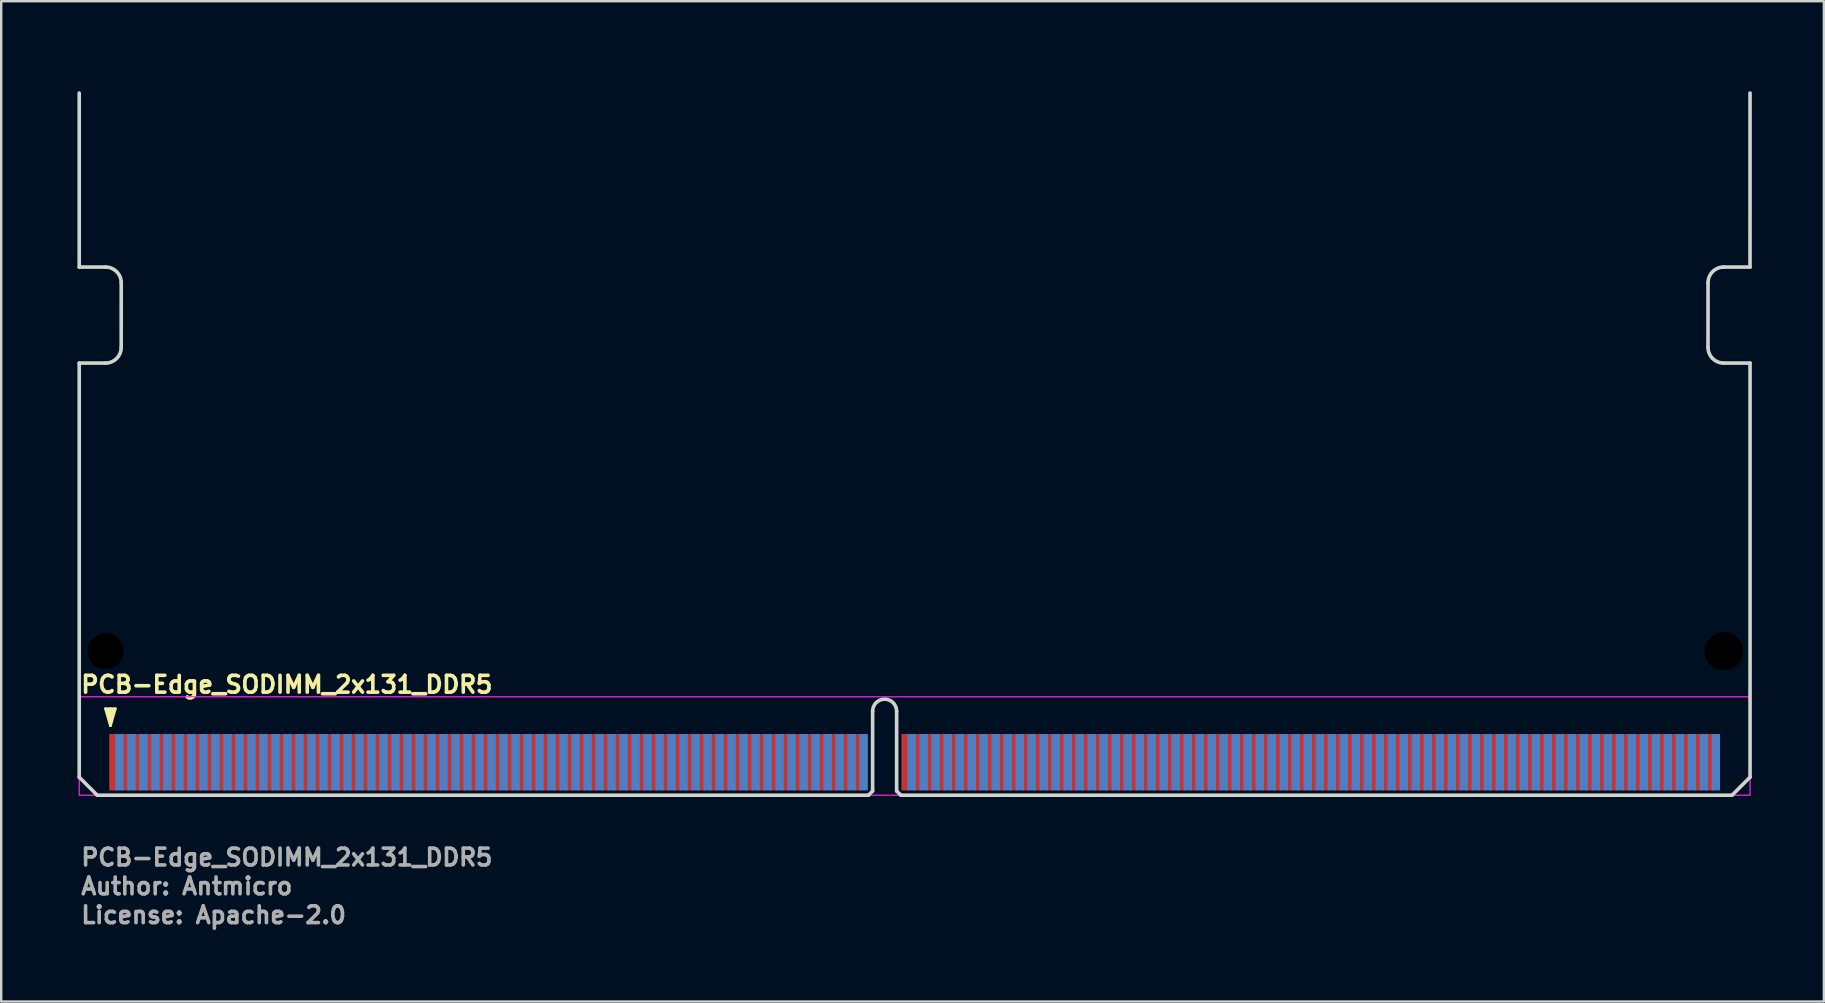
<source format=kicad_pcb>
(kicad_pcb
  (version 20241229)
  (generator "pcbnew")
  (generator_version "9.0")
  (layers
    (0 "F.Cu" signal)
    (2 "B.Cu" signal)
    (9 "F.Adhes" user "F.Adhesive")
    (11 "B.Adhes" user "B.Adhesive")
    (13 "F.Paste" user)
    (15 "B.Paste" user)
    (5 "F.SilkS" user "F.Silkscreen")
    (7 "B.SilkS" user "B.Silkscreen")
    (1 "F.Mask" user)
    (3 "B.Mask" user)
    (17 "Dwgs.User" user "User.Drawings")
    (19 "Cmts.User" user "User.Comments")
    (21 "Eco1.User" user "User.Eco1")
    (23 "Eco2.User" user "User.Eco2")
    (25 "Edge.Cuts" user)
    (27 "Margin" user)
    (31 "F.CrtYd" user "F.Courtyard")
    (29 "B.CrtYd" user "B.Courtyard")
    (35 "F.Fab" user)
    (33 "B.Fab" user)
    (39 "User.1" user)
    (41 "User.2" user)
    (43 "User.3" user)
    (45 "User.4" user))
  (footprint "PCB-Edge_SODIMM_2x131_DDR5"
    (layer "F.Cu")
    (at 0.25 30.075)
    (property "Reference" "PCB-Edge_SODIMM_2x131_DDR5" (at 0 -4.2 0) (layer "F.SilkS") (effects (font (size 0.7 0.7) (thickness 0.15)) (justify left bottom)))
    (attr exclude_from_pos_files exclude_from_bom)
    (fp_line (start 1.1 -3.6) (end 1.3 -2.9) (stroke (width 0.12) (type solid)) (layer "F.SilkS"))
    (fp_line (start 1.3 -3.6) (end 1.3 -3.1) (stroke (width 0.12) (type solid)) (layer "F.SilkS"))
    (fp_line (start 1.3 -3.1) (end 1.2 -3.5) (stroke (width 0.12) (type solid)) (layer "F.SilkS"))
    (fp_line (start 1.3 -3.1) (end 1.4 -3.5) (stroke (width 0.12) (type solid)) (layer "F.SilkS"))
    (fp_line (start 1.3 -2.9) (end 1.5 -3.6) (stroke (width 0.12) (type solid)) (layer "F.SilkS"))
    (fp_line (start 1.5 -3.6) (end 1.1 -3.6) (stroke (width 0.12) (type solid)) (layer "F.SilkS"))
    (fp_line (start 0 -29.25) (end 0 -22) (stroke (width 0.15) (type solid)) (layer "Edge.Cuts"))
    (fp_line (start 0 -0.75) (end 0 -18) (stroke (width 0.15) (type solid)) (layer "Edge.Cuts"))
    (fp_line (start 0 -0.75) (end 0.75 0) (stroke (width 0.15) (type solid)) (layer "Edge.Cuts"))
    (fp_line (start 0.75 0) (end 32.875 0) (stroke (width 0.15) (type solid)) (layer "Edge.Cuts"))
    (fp_line (start 1.1 -22) (end 0 -22) (stroke (width 0.15) (type solid)) (layer "Edge.Cuts"))
    (fp_line (start 1.1 -18) (end 0 -18) (stroke (width 0.15) (type solid)) (layer "Edge.Cuts"))
    (fp_line (start 1.75 -21.351) (end 1.749 -18.65) (stroke (width 0.15) (type solid)) (layer "Edge.Cuts"))
    (fp_line (start 33.05 -0.175) (end 32.875 0) (stroke (width 0.15) (type solid)) (layer "Edge.Cuts"))
    (fp_line (start 33.05 -0.175) (end 33.05 -3.5) (stroke (width 0.15) (type solid)) (layer "Edge.Cuts"))
    (fp_line (start 34.05 -0.175) (end 34.05 -3.5) (stroke (width 0.15) (type solid)) (layer "Edge.Cuts"))
    (fp_line (start 34.05 -0.175) (end 34.225 0) (stroke (width 0.15) (type solid)) (layer "Edge.Cuts"))
    (fp_line (start 34.225 0) (end 68.85 0) (stroke (width 0.15) (type solid)) (layer "Edge.Cuts"))
    (fp_line (start 67.849 -18.65) (end 67.85 -21.35) (stroke (width 0.15) (type solid)) (layer "Edge.Cuts"))
    (fp_line (start 68.499 -18.001) (end 69.6 -18) (stroke (width 0.15) (type solid)) (layer "Edge.Cuts"))
    (fp_line (start 69.599 -22) (end 69.6 -29.25) (stroke (width 0.15) (type solid)) (layer "Edge.Cuts"))
    (fp_line (start 69.6 -21.999) (end 68.499 -22) (stroke (width 0.15) (type solid)) (layer "Edge.Cuts"))
    (fp_line (start 69.6 -0.75) (end 68.85 0) (stroke (width 0.15) (type solid)) (layer "Edge.Cuts"))
    (fp_line (start 69.6 -0.75) (end 69.6 -18) (stroke (width 0.15) (type solid)) (layer "Edge.Cuts"))
    (fp_arc (start 1.099854 -22.000147) (mid 1.559 -21.81) (end 1.749854 -21.351147) (stroke (width 0.15) (type solid)) (layer "Edge.Cuts"))
    (fp_arc (start 1.749 -18.65) (mid 1.558853 -18.190854) (end 1.1 -18) (stroke (width 0.15) (type solid)) (layer "Edge.Cuts"))
    (fp_arc (start 33.05 -3.5) (mid 33.55 -4) (end 34.05 -3.5) (stroke (width 0.15) (type solid)) (layer "Edge.Cuts"))
    (fp_arc (start 67.85 -21.35) (mid 68.040147 -21.809146) (end 68.499 -22) (stroke (width 0.15) (type solid)) (layer "Edge.Cuts"))
    (fp_arc (start 68.499 -18.001) (mid 68.039854 -18.191147) (end 67.849 -18.65) (stroke (width 0.15) (type solid)) (layer "Edge.Cuts"))
    (fp_rect (start 0 -4.1) (end 69.6 0) (stroke (width 0.05) (type solid)) (fill no) (layer "F.CrtYd"))
    (fp_rect (start 0 -30) (end 69.599 0) (stroke (width 0.15) (type solid)) (fill no) (layer "User.5"))
    (fp_line (start 0 -22) (end 0 -29.25) (stroke (width 0.15) (type solid)) (layer "User.9"))
    (fp_line (start 0 -18) (end 1.1 -18) (stroke (width 0.15) (type solid)) (layer "User.9"))
    (fp_line (start 0 -0.75) (end 0 -18) (stroke (width 0.15) (type solid)) (layer "User.9"))
    (fp_line (start 0 -0.75) (end 0.749 0) (stroke (width 0.15) (type solid)) (layer "User.9"))
    (fp_line (start 0.749 -30) (end 35.299 -30) (stroke (width 0.15) (type solid)) (layer "User.9"))
    (fp_line (start 0.749 0) (end 32.875 0) (stroke (width 0.15) (type solid)) (layer "User.9"))
    (fp_line (start 1.1 -22) (end 0 -22) (stroke (width 0.15) (type solid)) (layer "User.9"))
    (fp_line (start 1.749 -18.65) (end 1.749 -21.351) (stroke (width 0.15) (type solid)) (layer "User.9"))
    (fp_line (start 33.049 -0.175) (end 32.875 0) (stroke (width 0.15) (type solid)) (layer "User.9"))
    (fp_line (start 33.049 -0.175) (end 33.049 -3.5) (stroke (width 0.15) (type solid)) (layer "User.9"))
    (fp_line (start 34.049 -0.175) (end 34.049 -3.5) (stroke (width 0.15) (type solid)) (layer "User.9"))
    (fp_line (start 34.05 -0.175) (end 34.225 -0.001) (stroke (width 0.15) (type solid)) (layer "User.9"))
    (fp_line (start 34.225 0) (end 68.849 0) (stroke (width 0.15) (type solid)) (layer "User.9"))
    (fp_line (start 35.299 -30) (end 68.851 -30) (stroke (width 0.15) (type solid)) (layer "User.9"))
    (fp_line (start 67.849 -18.65) (end 67.849 -21.351) (stroke (width 0.15) (type solid)) (layer "User.9"))
    (fp_line (start 68.499 -18) (end 69.599 -18) (stroke (width 0.15) (type solid)) (layer "User.9"))
    (fp_line (start 69.599 -22) (end 68.499 -22) (stroke (width 0.15) (type solid)) (layer "User.9"))
    (fp_line (start 69.599 -22) (end 69.6 -29.25) (stroke (width 0.15) (type solid)) (layer "User.9"))
    (fp_line (start 69.599 -0.75) (end 68.849 0) (stroke (width 0.15) (type solid)) (layer "User.9"))
    (fp_line (start 69.599 -0.75) (end 69.599 -18) (stroke (width 0.15) (type solid)) (layer "User.9"))
    (fp_arc (start 0 -29.25) (mid 0.219 -29.781) (end 0.749 -30) (stroke (width 0.15) (type solid)) (layer "User.9"))
    (fp_arc (start 1.1 -22) (mid 1.559 -21.81) (end 1.749 -21.351) (stroke (width 0.15) (type solid)) (layer "User.9"))
    (fp_arc (start 1.749 -18.65) (mid 1.559 -18.191) (end 1.1 -18) (stroke (width 0.15) (type solid)) (layer "User.9"))
    (fp_arc (start 33.049 -3.5) (mid 33.549 -4) (end 34.049 -3.5) (stroke (width 0.15) (type solid)) (layer "User.9"))
    (fp_arc (start 67.849 -21.351) (mid 68.04 -21.81) (end 68.499 -22) (stroke (width 0.15) (type solid)) (layer "User.9"))
    (fp_arc (start 68.499 -18) (mid 68.04 -18.191) (end 67.849 -18.65) (stroke (width 0.15) (type solid)) (layer "User.9"))
    (fp_arc (start 68.851 -30) (mid 69.38 -29.78) (end 69.6 -29.25) (stroke (width 0.15) (type solid)) (layer "User.9"))
    (fp_text user "License: Apache-2.0" (at 0 5.4 0) (layer "F.Fab") (effects (font (size 0.7 0.7) (thickness 0.15)) (justify left bottom)))
    (fp_text user "${REFERENCE}" (at 0 2.999 0) (layer "F.Fab") (effects (font (size 0.7 0.7) (thickness 0.15)) (justify left bottom)))
    (fp_text user "Author: Antmicro" (at 0 4.2 0) (layer "F.Fab") (effects (font (size 0.7 0.7) (thickness 0.15)) (justify left bottom)))
    (pad "" np_thru_hole circle (at 1.1 -6) (size 1.5 1.5) (drill 1.5) (layers "*.Mask"))
    (pad "" np_thru_hole circle (at 68.51 -6) (size 1.6 1.6) (drill 1.6) (layers "*.Mask"))
    (pad "1" smd rect (at 1.425 -1.375) (size 0.35 2.35) (layers "F.Cu" "F.Mask"))
    (pad "2" smd rect (at 1.675 -1.375 180) (size 0.35 2.35) (layers "B.Cu" "B.Mask"))
    (pad "3" smd rect (at 1.925 -1.375) (size 0.35 2.35) (layers "F.Cu" "F.Mask"))
    (pad "4" smd rect (at 2.175 -1.375 180) (size 0.35 2.35) (layers "B.Cu" "B.Mask"))
    (pad "5" smd rect (at 2.425 -1.375) (size 0.35 2.35) (layers "F.Cu" "F.Mask"))
    (pad "6" smd rect (at 2.675 -1.375 180) (size 0.35 2.35) (layers "B.Cu" "B.Mask"))
    (pad "7" smd rect (at 2.925 -1.375) (size 0.35 2.35) (layers "F.Cu" "F.Mask"))
    (pad "8" smd rect (at 3.175 -1.375 180) (size 0.35 2.35) (layers "B.Cu" "B.Mask"))
    (pad "9" smd rect (at 3.425 -1.375) (size 0.35 2.35) (layers "F.Cu" "F.Mask"))
    (pad "10" smd rect (at 3.675 -1.375 180) (size 0.35 2.35) (layers "B.Cu" "B.Mask"))
    (pad "11" smd rect (at 3.925 -1.375) (size 0.35 2.35) (layers "F.Cu" "F.Mask"))
    (pad "12" smd rect (at 4.175 -1.375 180) (size 0.35 2.35) (layers "B.Cu" "B.Mask"))
    (pad "13" smd rect (at 4.425 -1.375) (size 0.35 2.35) (layers "F.Cu" "F.Mask"))
    (pad "14" smd rect (at 4.675 -1.375 180) (size 0.35 2.35) (layers "B.Cu" "B.Mask"))
    (pad "15" smd rect (at 4.925 -1.375) (size 0.35 2.35) (layers "F.Cu" "F.Mask"))
    (pad "16" smd rect (at 5.175 -1.375 180) (size 0.35 2.35) (layers "B.Cu" "B.Mask"))
    (pad "17" smd rect (at 5.425 -1.375) (size 0.35 2.35) (layers "F.Cu" "F.Mask"))
    (pad "18" smd rect (at 5.675 -1.375 180) (size 0.35 2.35) (layers "B.Cu" "B.Mask"))
    (pad "19" smd rect (at 5.925 -1.375) (size 0.35 2.35) (layers "F.Cu" "F.Mask"))
    (pad "20" smd rect (at 6.175 -1.375 180) (size 0.35 2.35) (layers "B.Cu" "B.Mask"))
    (pad "21" smd rect (at 6.425 -1.375) (size 0.35 2.35) (layers "F.Cu" "F.Mask"))
    (pad "22" smd rect (at 6.675 -1.375 180) (size 0.35 2.35) (layers "B.Cu" "B.Mask"))
    (pad "23" smd rect (at 6.925 -1.375) (size 0.35 2.35) (layers "F.Cu" "F.Mask"))
    (pad "24" smd rect (at 7.175 -1.375 180) (size 0.35 2.35) (layers "B.Cu" "B.Mask"))
    (pad "25" smd rect (at 7.425 -1.375) (size 0.35 2.35) (layers "F.Cu" "F.Mask"))
    (pad "26" smd rect (at 7.675 -1.375 180) (size 0.35 2.35) (layers "B.Cu" "B.Mask"))
    (pad "27" smd rect (at 7.925 -1.375) (size 0.35 2.35) (layers "F.Cu" "F.Mask"))
    (pad "28" smd rect (at 8.175 -1.375 180) (size 0.35 2.35) (layers "B.Cu" "B.Mask"))
    (pad "29" smd rect (at 8.425 -1.375) (size 0.35 2.35) (layers "F.Cu" "F.Mask"))
    (pad "30" smd rect (at 8.675 -1.375 180) (size 0.35 2.35) (layers "B.Cu" "B.Mask"))
    (pad "31" smd rect (at 8.925 -1.375) (size 0.35 2.35) (layers "F.Cu" "F.Mask"))
    (pad "32" smd rect (at 9.175 -1.375 180) (size 0.35 2.35) (layers "B.Cu" "B.Mask"))
    (pad "33" smd rect (at 9.425 -1.375) (size 0.35 2.35) (layers "F.Cu" "F.Mask"))
    (pad "34" smd rect (at 9.675 -1.375 180) (size 0.35 2.35) (layers "B.Cu" "B.Mask"))
    (pad "35" smd rect (at 9.925 -1.375) (size 0.35 2.35) (layers "F.Cu" "F.Mask"))
    (pad "36" smd rect (at 10.175 -1.375 180) (size 0.35 2.35) (layers "B.Cu" "B.Mask"))
    (pad "37" smd rect (at 10.425 -1.375) (size 0.35 2.35) (layers "F.Cu" "F.Mask"))
    (pad "38" smd rect (at 10.675 -1.375 180) (size 0.35 2.35) (layers "B.Cu" "B.Mask"))
    (pad "39" smd rect (at 10.925 -1.375) (size 0.35 2.35) (layers "F.Cu" "F.Mask"))
    (pad "40" smd rect (at 11.175 -1.375 180) (size 0.35 2.35) (layers "B.Cu" "B.Mask"))
    (pad "41" smd rect (at 11.425 -1.375) (size 0.35 2.35) (layers "F.Cu" "F.Mask"))
    (pad "42" smd rect (at 11.675 -1.375 180) (size 0.35 2.35) (layers "B.Cu" "B.Mask"))
    (pad "43" smd rect (at 11.925 -1.375) (size 0.35 2.35) (layers "F.Cu" "F.Mask"))
    (pad "44" smd rect (at 12.175 -1.375 180) (size 0.35 2.35) (layers "B.Cu" "B.Mask"))
    (pad "45" smd rect (at 12.425 -1.375) (size 0.35 2.35) (layers "F.Cu" "F.Mask"))
    (pad "46" smd rect (at 12.675 -1.375 180) (size 0.35 2.35) (layers "B.Cu" "B.Mask"))
    (pad "47" smd rect (at 12.925 -1.375) (size 0.35 2.35) (layers "F.Cu" "F.Mask"))
    (pad "48" smd rect (at 13.175 -1.375 180) (size 0.35 2.35) (layers "B.Cu" "B.Mask"))
    (pad "49" smd rect (at 13.425 -1.375) (size 0.35 2.35) (layers "F.Cu" "F.Mask"))
    (pad "50" smd rect (at 13.675 -1.375 180) (size 0.35 2.35) (layers "B.Cu" "B.Mask"))
    (pad "51" smd rect (at 13.925 -1.375) (size 0.35 2.35) (layers "F.Cu" "F.Mask"))
    (pad "52" smd rect (at 14.175 -1.375 180) (size 0.35 2.35) (layers "B.Cu" "B.Mask"))
    (pad "53" smd rect (at 14.425 -1.375) (size 0.35 2.35) (layers "F.Cu" "F.Mask"))
    (pad "54" smd rect (at 14.675 -1.375 180) (size 0.35 2.35) (layers "B.Cu" "B.Mask"))
    (pad "55" smd rect (at 14.925 -1.375) (size 0.35 2.35) (layers "F.Cu" "F.Mask"))
    (pad "56" smd rect (at 15.175 -1.375 180) (size 0.35 2.35) (layers "B.Cu" "B.Mask"))
    (pad "57" smd rect (at 15.425 -1.375) (size 0.35 2.35) (layers "F.Cu" "F.Mask"))
    (pad "58" smd rect (at 15.675 -1.375 180) (size 0.35 2.35) (layers "B.Cu" "B.Mask"))
    (pad "59" smd rect (at 15.925 -1.375) (size 0.35 2.35) (layers "F.Cu" "F.Mask"))
    (pad "60" smd rect (at 16.175 -1.375 180) (size 0.35 2.35) (layers "B.Cu" "B.Mask"))
    (pad "61" smd rect (at 16.425 -1.375) (size 0.35 2.35) (layers "F.Cu" "F.Mask"))
    (pad "62" smd rect (at 16.675 -1.375 180) (size 0.35 2.35) (layers "B.Cu" "B.Mask"))
    (pad "63" smd rect (at 16.925 -1.375) (size 0.35 2.35) (layers "F.Cu" "F.Mask"))
    (pad "64" smd rect (at 17.175 -1.375 180) (size 0.35 2.35) (layers "B.Cu" "B.Mask"))
    (pad "65" smd rect (at 17.425 -1.375) (size 0.35 2.35) (layers "F.Cu" "F.Mask"))
    (pad "66" smd rect (at 17.675 -1.375 180) (size 0.35 2.35) (layers "B.Cu" "B.Mask"))
    (pad "67" smd rect (at 17.925 -1.375) (size 0.35 2.35) (layers "F.Cu" "F.Mask"))
    (pad "68" smd rect (at 18.175 -1.375 180) (size 0.35 2.35) (layers "B.Cu" "B.Mask"))
    (pad "69" smd rect (at 18.425 -1.375) (size 0.35 2.35) (layers "F.Cu" "F.Mask"))
    (pad "70" smd rect (at 18.675 -1.375 180) (size 0.35 2.35) (layers "B.Cu" "B.Mask"))
    (pad "71" smd rect (at 18.925 -1.375) (size 0.35 2.35) (layers "F.Cu" "F.Mask"))
    (pad "72" smd rect (at 19.175 -1.375 180) (size 0.35 2.35) (layers "B.Cu" "B.Mask"))
    (pad "73" smd rect (at 19.425 -1.375) (size 0.35 2.35) (layers "F.Cu" "F.Mask"))
    (pad "74" smd rect (at 19.675 -1.375 180) (size 0.35 2.35) (layers "B.Cu" "B.Mask"))
    (pad "75" smd rect (at 19.925 -1.375) (size 0.35 2.35) (layers "F.Cu" "F.Mask"))
    (pad "76" smd rect (at 20.175 -1.375 180) (size 0.35 2.35) (layers "B.Cu" "B.Mask"))
    (pad "77" smd rect (at 20.425 -1.375) (size 0.35 2.35) (layers "F.Cu" "F.Mask"))
    (pad "78" smd rect (at 20.675 -1.375 180) (size 0.35 2.35) (layers "B.Cu" "B.Mask"))
    (pad "79" smd rect (at 20.925 -1.375) (size 0.35 2.35) (layers "F.Cu" "F.Mask"))
    (pad "80" smd rect (at 21.175 -1.375 180) (size 0.35 2.35) (layers "B.Cu" "B.Mask"))
    (pad "81" smd rect (at 21.425 -1.375) (size 0.35 2.35) (layers "F.Cu" "F.Mask"))
    (pad "82" smd rect (at 21.675 -1.375 180) (size 0.35 2.35) (layers "B.Cu" "B.Mask"))
    (pad "83" smd rect (at 21.925 -1.375) (size 0.35 2.35) (layers "F.Cu" "F.Mask"))
    (pad "84" smd rect (at 22.175 -1.375 180) (size 0.35 2.35) (layers "B.Cu" "B.Mask"))
    (pad "85" smd rect (at 22.425 -1.375) (size 0.35 2.35) (layers "F.Cu" "F.Mask"))
    (pad "86" smd rect (at 22.675 -1.375 180) (size 0.35 2.35) (layers "B.Cu" "B.Mask"))
    (pad "87" smd rect (at 22.925 -1.375) (size 0.35 2.35) (layers "F.Cu" "F.Mask"))
    (pad "88" smd rect (at 23.175 -1.375 180) (size 0.35 2.35) (layers "B.Cu" "B.Mask"))
    (pad "89" smd rect (at 23.425 -1.375) (size 0.35 2.35) (layers "F.Cu" "F.Mask"))
    (pad "90" smd rect (at 23.675 -1.375 180) (size 0.35 2.35) (layers "B.Cu" "B.Mask"))
    (pad "91" smd rect (at 23.925 -1.375) (size 0.35 2.35) (layers "F.Cu" "F.Mask"))
    (pad "92" smd rect (at 24.175 -1.375 180) (size 0.35 2.35) (layers "B.Cu" "B.Mask"))
    (pad "93" smd rect (at 24.425 -1.375) (size 0.35 2.35) (layers "F.Cu" "F.Mask"))
    (pad "94" smd rect (at 24.675 -1.375 180) (size 0.35 2.35) (layers "B.Cu" "B.Mask"))
    (pad "95" smd rect (at 24.925 -1.375) (size 0.35 2.35) (layers "F.Cu" "F.Mask"))
    (pad "96" smd rect (at 25.175 -1.375 180) (size 0.35 2.35) (layers "B.Cu" "B.Mask"))
    (pad "97" smd rect (at 25.425 -1.375) (size 0.35 2.35) (layers "F.Cu" "F.Mask"))
    (pad "98" smd rect (at 25.675 -1.375 180) (size 0.35 2.35) (layers "B.Cu" "B.Mask"))
    (pad "99" smd rect (at 25.925 -1.375) (size 0.35 2.35) (layers "F.Cu" "F.Mask"))
    (pad "100" smd rect (at 26.175 -1.375 180) (size 0.35 2.35) (layers "B.Cu" "B.Mask"))
    (pad "101" smd rect (at 26.425 -1.375) (size 0.35 2.35) (layers "F.Cu" "F.Mask"))
    (pad "102" smd rect (at 26.675 -1.375 180) (size 0.35 2.35) (layers "B.Cu" "B.Mask"))
    (pad "103" smd rect (at 26.925 -1.375) (size 0.35 2.35) (layers "F.Cu" "F.Mask"))
    (pad "104" smd rect (at 27.175 -1.375 180) (size 0.35 2.35) (layers "B.Cu" "B.Mask"))
    (pad "105" smd rect (at 27.425 -1.375) (size 0.35 2.35) (layers "F.Cu" "F.Mask"))
    (pad "106" smd rect (at 27.675 -1.375 180) (size 0.35 2.35) (layers "B.Cu" "B.Mask"))
    (pad "107" smd rect (at 27.925 -1.375) (size 0.35 2.35) (layers "F.Cu" "F.Mask"))
    (pad "108" smd rect (at 28.175 -1.375 180) (size 0.35 2.35) (layers "B.Cu" "B.Mask"))
    (pad "109" smd rect (at 28.425 -1.375) (size 0.35 2.35) (layers "F.Cu" "F.Mask"))
    (pad "110" smd rect (at 28.675 -1.375 180) (size 0.35 2.35) (layers "B.Cu" "B.Mask"))
    (pad "111" smd rect (at 28.925 -1.375) (size 0.35 2.35) (layers "F.Cu" "F.Mask"))
    (pad "112" smd rect (at 29.175 -1.375 180) (size 0.35 2.35) (layers "B.Cu" "B.Mask"))
    (pad "113" smd rect (at 29.425 -1.375) (size 0.35 2.35) (layers "F.Cu" "F.Mask"))
    (pad "114" smd rect (at 29.675 -1.375 180) (size 0.35 2.35) (layers "B.Cu" "B.Mask"))
    (pad "115" smd rect (at 29.925 -1.375) (size 0.35 2.35) (layers "F.Cu" "F.Mask"))
    (pad "116" smd rect (at 30.175 -1.375 180) (size 0.35 2.35) (layers "B.Cu" "B.Mask"))
    (pad "117" smd rect (at 30.425 -1.375) (size 0.35 2.35) (layers "F.Cu" "F.Mask"))
    (pad "118" smd rect (at 30.675 -1.375 180) (size 0.35 2.35) (layers "B.Cu" "B.Mask"))
    (pad "119" smd rect (at 30.925 -1.375) (size 0.35 2.35) (layers "F.Cu" "F.Mask"))
    (pad "120" smd rect (at 31.175 -1.375 180) (size 0.35 2.35) (layers "B.Cu" "B.Mask"))
    (pad "121" smd rect (at 31.425 -1.375) (size 0.35 2.35) (layers "F.Cu" "F.Mask"))
    (pad "122" smd rect (at 31.675 -1.375 180) (size 0.35 2.35) (layers "B.Cu" "B.Mask"))
    (pad "123" smd rect (at 31.925 -1.375) (size 0.35 2.35) (layers "F.Cu" "F.Mask"))
    (pad "124" smd rect (at 32.175 -1.375 180) (size 0.35 2.35) (layers "B.Cu" "B.Mask"))
    (pad "125" smd rect (at 32.425 -1.375) (size 0.35 2.35) (layers "F.Cu" "F.Mask"))
    (pad "126" smd rect (at 32.675 -1.375 180) (size 0.35 2.35) (layers "B.Cu" "B.Mask"))
    (pad "127" smd rect (at 34.425 -1.375) (size 0.35 2.35) (layers "F.Cu" "F.Mask"))
    (pad "128" smd rect (at 34.675 -1.375 180) (size 0.35 2.35) (layers "B.Cu" "B.Mask"))
    (pad "129" smd rect (at 34.925 -1.375) (size 0.35 2.35) (layers "F.Cu" "F.Mask"))
    (pad "130" smd rect (at 35.175 -1.375 180) (size 0.35 2.35) (layers "B.Cu" "B.Mask"))
    (pad "131" smd rect (at 35.425 -1.375) (size 0.35 2.35) (layers "F.Cu" "F.Mask"))
    (pad "132" smd rect (at 35.675 -1.375 180) (size 0.35 2.35) (layers "B.Cu" "B.Mask"))
    (pad "133" smd rect (at 35.925 -1.375) (size 0.35 2.35) (layers "F.Cu" "F.Mask"))
    (pad "134" smd rect (at 36.175 -1.375 180) (size 0.35 2.35) (layers "B.Cu" "B.Mask"))
    (pad "135" smd rect (at 36.425 -1.375) (size 0.35 2.35) (layers "F.Cu" "F.Mask"))
    (pad "136" smd rect (at 36.675 -1.375 180) (size 0.35 2.35) (layers "B.Cu" "B.Mask"))
    (pad "137" smd rect (at 36.925 -1.375) (size 0.35 2.35) (layers "F.Cu" "F.Mask"))
    (pad "138" smd rect (at 37.175 -1.375 180) (size 0.35 2.35) (layers "B.Cu" "B.Mask"))
    (pad "139" smd rect (at 37.425 -1.375) (size 0.35 2.35) (layers "F.Cu" "F.Mask"))
    (pad "140" smd rect (at 37.675 -1.375 180) (size 0.35 2.35) (layers "B.Cu" "B.Mask"))
    (pad "141" smd rect (at 37.925 -1.375) (size 0.35 2.35) (layers "F.Cu" "F.Mask"))
    (pad "142" smd rect (at 38.175 -1.375 180) (size 0.35 2.35) (layers "B.Cu" "B.Mask"))
    (pad "143" smd rect (at 38.425 -1.375) (size 0.35 2.35) (layers "F.Cu" "F.Mask"))
    (pad "144" smd rect (at 38.675 -1.375 180) (size 0.35 2.35) (layers "B.Cu" "B.Mask"))
    (pad "145" smd rect (at 38.925 -1.375) (size 0.35 2.35) (layers "F.Cu" "F.Mask"))
    (pad "146" smd rect (at 39.175 -1.375 180) (size 0.35 2.35) (layers "B.Cu" "B.Mask"))
    (pad "147" smd rect (at 39.425 -1.375) (size 0.35 2.35) (layers "F.Cu" "F.Mask"))
    (pad "148" smd rect (at 39.675 -1.375 180) (size 0.35 2.35) (layers "B.Cu" "B.Mask"))
    (pad "149" smd rect (at 39.925 -1.375) (size 0.35 2.35) (layers "F.Cu" "F.Mask"))
    (pad "150" smd rect (at 40.175 -1.375 180) (size 0.35 2.35) (layers "B.Cu" "B.Mask"))
    (pad "151" smd rect (at 40.425 -1.375) (size 0.35 2.35) (layers "F.Cu" "F.Mask"))
    (pad "152" smd rect (at 40.675 -1.375 180) (size 0.35 2.35) (layers "B.Cu" "B.Mask"))
    (pad "153" smd rect (at 40.925 -1.375) (size 0.35 2.35) (layers "F.Cu" "F.Mask"))
    (pad "154" smd rect (at 41.175 -1.375 180) (size 0.35 2.35) (layers "B.Cu" "B.Mask"))
    (pad "155" smd rect (at 41.425 -1.375) (size 0.35 2.35) (layers "F.Cu" "F.Mask"))
    (pad "156" smd rect (at 41.675 -1.375 180) (size 0.35 2.35) (layers "B.Cu" "B.Mask"))
    (pad "157" smd rect (at 41.925 -1.375) (size 0.35 2.35) (layers "F.Cu" "F.Mask"))
    (pad "158" smd rect (at 42.175 -1.375 180) (size 0.35 2.35) (layers "B.Cu" "B.Mask"))
    (pad "159" smd rect (at 42.425 -1.375) (size 0.35 2.35) (layers "F.Cu" "F.Mask"))
    (pad "160" smd rect (at 42.675 -1.375 180) (size 0.35 2.35) (layers "B.Cu" "B.Mask"))
    (pad "161" smd rect (at 42.925 -1.375) (size 0.35 2.35) (layers "F.Cu" "F.Mask"))
    (pad "162" smd rect (at 43.175 -1.375 180) (size 0.35 2.35) (layers "B.Cu" "B.Mask"))
    (pad "163" smd rect (at 43.425 -1.375) (size 0.35 2.35) (layers "F.Cu" "F.Mask"))
    (pad "164" smd rect (at 43.675 -1.375 180) (size 0.35 2.35) (layers "B.Cu" "B.Mask"))
    (pad "165" smd rect (at 43.925 -1.375) (size 0.35 2.35) (layers "F.Cu" "F.Mask"))
    (pad "166" smd rect (at 44.175 -1.375 180) (size 0.35 2.35) (layers "B.Cu" "B.Mask"))
    (pad "167" smd rect (at 44.425 -1.375) (size 0.35 2.35) (layers "F.Cu" "F.Mask"))
    (pad "168" smd rect (at 44.675 -1.375 180) (size 0.35 2.35) (layers "B.Cu" "B.Mask"))
    (pad "169" smd rect (at 44.925 -1.375) (size 0.35 2.35) (layers "F.Cu" "F.Mask"))
    (pad "170" smd rect (at 45.175 -1.375 180) (size 0.35 2.35) (layers "B.Cu" "B.Mask"))
    (pad "171" smd rect (at 45.425 -1.375) (size 0.35 2.35) (layers "F.Cu" "F.Mask"))
    (pad "172" smd rect (at 45.675 -1.375 180) (size 0.35 2.35) (layers "B.Cu" "B.Mask"))
    (pad "173" smd rect (at 45.925 -1.375) (size 0.35 2.35) (layers "F.Cu" "F.Mask"))
    (pad "174" smd rect (at 46.175 -1.375 180) (size 0.35 2.35) (layers "B.Cu" "B.Mask"))
    (pad "175" smd rect (at 46.425 -1.375) (size 0.35 2.35) (layers "F.Cu" "F.Mask"))
    (pad "176" smd rect (at 46.675 -1.375 180) (size 0.35 2.35) (layers "B.Cu" "B.Mask"))
    (pad "177" smd rect (at 46.925 -1.375) (size 0.35 2.35) (layers "F.Cu" "F.Mask"))
    (pad "178" smd rect (at 47.175 -1.375 180) (size 0.35 2.35) (layers "B.Cu" "B.Mask"))
    (pad "179" smd rect (at 47.425 -1.375) (size 0.35 2.35) (layers "F.Cu" "F.Mask"))
    (pad "180" smd rect (at 47.675 -1.375 180) (size 0.35 2.35) (layers "B.Cu" "B.Mask"))
    (pad "181" smd rect (at 47.925 -1.375) (size 0.35 2.35) (layers "F.Cu" "F.Mask"))
    (pad "182" smd rect (at 48.175 -1.375 180) (size 0.35 2.35) (layers "B.Cu" "B.Mask"))
    (pad "183" smd rect (at 48.425 -1.375) (size 0.35 2.35) (layers "F.Cu" "F.Mask"))
    (pad "184" smd rect (at 48.675 -1.375 180) (size 0.35 2.35) (layers "B.Cu" "B.Mask"))
    (pad "185" smd rect (at 48.925 -1.375) (size 0.35 2.35) (layers "F.Cu" "F.Mask"))
    (pad "186" smd rect (at 49.175 -1.375 180) (size 0.35 2.35) (layers "B.Cu" "B.Mask"))
    (pad "187" smd rect (at 49.425 -1.375) (size 0.35 2.35) (layers "F.Cu" "F.Mask"))
    (pad "188" smd rect (at 49.675 -1.375 180) (size 0.35 2.35) (layers "B.Cu" "B.Mask"))
    (pad "189" smd rect (at 49.925 -1.375) (size 0.35 2.35) (layers "F.Cu" "F.Mask"))
    (pad "190" smd rect (at 50.175 -1.375 180) (size 0.35 2.35) (layers "B.Cu" "B.Mask"))
    (pad "191" smd rect (at 50.425 -1.375) (size 0.35 2.35) (layers "F.Cu" "F.Mask"))
    (pad "192" smd rect (at 50.675 -1.375 180) (size 0.35 2.35) (layers "B.Cu" "B.Mask"))
    (pad "193" smd rect (at 50.925 -1.375) (size 0.35 2.35) (layers "F.Cu" "F.Mask"))
    (pad "194" smd rect (at 51.175 -1.375 180) (size 0.35 2.35) (layers "B.Cu" "B.Mask"))
    (pad "195" smd rect (at 51.425 -1.375) (size 0.35 2.35) (layers "F.Cu" "F.Mask"))
    (pad "196" smd rect (at 51.675 -1.375 180) (size 0.35 2.35) (layers "B.Cu" "B.Mask"))
    (pad "197" smd rect (at 51.925 -1.375) (size 0.35 2.35) (layers "F.Cu" "F.Mask"))
    (pad "198" smd rect (at 52.175 -1.375 180) (size 0.35 2.35) (layers "B.Cu" "B.Mask"))
    (pad "199" smd rect (at 52.425 -1.375) (size 0.35 2.35) (layers "F.Cu" "F.Mask"))
    (pad "200" smd rect (at 52.675 -1.375 180) (size 0.35 2.35) (layers "B.Cu" "B.Mask"))
    (pad "201" smd rect (at 52.925 -1.375) (size 0.35 2.35) (layers "F.Cu" "F.Mask"))
    (pad "202" smd rect (at 53.175 -1.375 180) (size 0.35 2.35) (layers "B.Cu" "B.Mask"))
    (pad "203" smd rect (at 53.425 -1.375) (size 0.35 2.35) (layers "F.Cu" "F.Mask"))
    (pad "204" smd rect (at 53.675 -1.375 180) (size 0.35 2.35) (layers "B.Cu" "B.Mask"))
    (pad "205" smd rect (at 53.925 -1.375) (size 0.35 2.35) (layers "F.Cu" "F.Mask"))
    (pad "206" smd rect (at 54.175 -1.375 180) (size 0.35 2.35) (layers "B.Cu" "B.Mask"))
    (pad "207" smd rect (at 54.425 -1.375) (size 0.35 2.35) (layers "F.Cu" "F.Mask"))
    (pad "208" smd rect (at 54.675 -1.375 180) (size 0.35 2.35) (layers "B.Cu" "B.Mask"))
    (pad "209" smd rect (at 54.925 -1.375) (size 0.35 2.35) (layers "F.Cu" "F.Mask"))
    (pad "210" smd rect (at 55.175 -1.375 180) (size 0.35 2.35) (layers "B.Cu" "B.Mask"))
    (pad "211" smd rect (at 55.425 -1.375) (size 0.35 2.35) (layers "F.Cu" "F.Mask"))
    (pad "212" smd rect (at 55.675 -1.375 180) (size 0.35 2.35) (layers "B.Cu" "B.Mask"))
    (pad "213" smd rect (at 55.925 -1.375) (size 0.35 2.35) (layers "F.Cu" "F.Mask"))
    (pad "214" smd rect (at 56.175 -1.375 180) (size 0.35 2.35) (layers "B.Cu" "B.Mask"))
    (pad "215" smd rect (at 56.425 -1.375) (size 0.35 2.35) (layers "F.Cu" "F.Mask"))
    (pad "216" smd rect (at 56.675 -1.375 180) (size 0.35 2.35) (layers "B.Cu" "B.Mask"))
    (pad "217" smd rect (at 56.925 -1.375) (size 0.35 2.35) (layers "F.Cu" "F.Mask"))
    (pad "218" smd rect (at 57.175 -1.375 180) (size 0.35 2.35) (layers "B.Cu" "B.Mask"))
    (pad "219" smd rect (at 57.425 -1.375) (size 0.35 2.35) (layers "F.Cu" "F.Mask"))
    (pad "220" smd rect (at 57.675 -1.375 180) (size 0.35 2.35) (layers "B.Cu" "B.Mask"))
    (pad "221" smd rect (at 57.925 -1.375) (size 0.35 2.35) (layers "F.Cu" "F.Mask"))
    (pad "222" smd rect (at 58.175 -1.375 180) (size 0.35 2.35) (layers "B.Cu" "B.Mask"))
    (pad "223" smd rect (at 58.425 -1.375) (size 0.35 2.35) (layers "F.Cu" "F.Mask"))
    (pad "224" smd rect (at 58.675 -1.375 180) (size 0.35 2.35) (layers "B.Cu" "B.Mask"))
    (pad "225" smd rect (at 58.925 -1.375) (size 0.35 2.35) (layers "F.Cu" "F.Mask"))
    (pad "226" smd rect (at 59.175 -1.375 180) (size 0.35 2.35) (layers "B.Cu" "B.Mask"))
    (pad "227" smd rect (at 59.425 -1.375) (size 0.35 2.35) (layers "F.Cu" "F.Mask"))
    (pad "228" smd rect (at 59.675 -1.375 180) (size 0.35 2.35) (layers "B.Cu" "B.Mask"))
    (pad "229" smd rect (at 59.925 -1.375) (size 0.35 2.35) (layers "F.Cu" "F.Mask"))
    (pad "230" smd rect (at 60.175 -1.375 180) (size 0.35 2.35) (layers "B.Cu" "B.Mask"))
    (pad "231" smd rect (at 60.425 -1.375) (size 0.35 2.35) (layers "F.Cu" "F.Mask"))
    (pad "232" smd rect (at 60.675 -1.375 180) (size 0.35 2.35) (layers "B.Cu" "B.Mask"))
    (pad "233" smd rect (at 60.925 -1.375) (size 0.35 2.35) (layers "F.Cu" "F.Mask"))
    (pad "234" smd rect (at 61.175 -1.375 180) (size 0.35 2.35) (layers "B.Cu" "B.Mask"))
    (pad "235" smd rect (at 61.425 -1.375) (size 0.35 2.35) (layers "F.Cu" "F.Mask"))
    (pad "236" smd rect (at 61.675 -1.375 180) (size 0.35 2.35) (layers "B.Cu" "B.Mask"))
    (pad "237" smd rect (at 61.925 -1.375) (size 0.35 2.35) (layers "F.Cu" "F.Mask"))
    (pad "238" smd rect (at 62.175 -1.375 180) (size 0.35 2.35) (layers "B.Cu" "B.Mask"))
    (pad "239" smd rect (at 62.425 -1.375) (size 0.35 2.35) (layers "F.Cu" "F.Mask"))
    (pad "240" smd rect (at 62.675 -1.375 180) (size 0.35 2.35) (layers "B.Cu" "B.Mask"))
    (pad "241" smd rect (at 62.925 -1.375) (size 0.35 2.35) (layers "F.Cu" "F.Mask"))
    (pad "242" smd rect (at 63.175 -1.375 180) (size 0.35 2.35) (layers "B.Cu" "B.Mask"))
    (pad "243" smd rect (at 63.425 -1.375) (size 0.35 2.35) (layers "F.Cu" "F.Mask"))
    (pad "244" smd rect (at 63.675 -1.375 180) (size 0.35 2.35) (layers "B.Cu" "B.Mask"))
    (pad "245" smd rect (at 63.925 -1.375) (size 0.35 2.35) (layers "F.Cu" "F.Mask"))
    (pad "246" smd rect (at 64.175 -1.375 180) (size 0.35 2.35) (layers "B.Cu" "B.Mask"))
    (pad "247" smd rect (at 64.425 -1.375) (size 0.35 2.35) (layers "F.Cu" "F.Mask"))
    (pad "248" smd rect (at 64.675 -1.375 180) (size 0.35 2.35) (layers "B.Cu" "B.Mask"))
    (pad "249" smd rect (at 64.925 -1.375) (size 0.35 2.35) (layers "F.Cu" "F.Mask"))
    (pad "250" smd rect (at 65.175 -1.375 180) (size 0.35 2.35) (layers "B.Cu" "B.Mask"))
    (pad "251" smd rect (at 65.425 -1.375) (size 0.35 2.35) (layers "F.Cu" "F.Mask"))
    (pad "252" smd rect (at 65.675 -1.375 180) (size 0.35 2.35) (layers "B.Cu" "B.Mask"))
    (pad "253" smd rect (at 65.925 -1.375) (size 0.35 2.35) (layers "F.Cu" "F.Mask"))
    (pad "254" smd rect (at 66.175 -1.375 180) (size 0.35 2.35) (layers "B.Cu" "B.Mask"))
    (pad "255" smd rect (at 66.425 -1.375) (size 0.35 2.35) (layers "F.Cu" "F.Mask"))
    (pad "256" smd rect (at 66.675 -1.375 180) (size 0.35 2.35) (layers "B.Cu" "B.Mask"))
    (pad "257" smd rect (at 66.925 -1.375) (size 0.35 2.35) (layers "F.Cu" "F.Mask"))
    (pad "258" smd rect (at 67.175 -1.375 180) (size 0.35 2.35) (layers "B.Cu" "B.Mask"))
    (pad "259" smd rect (at 67.425 -1.375) (size 0.35 2.35) (layers "F.Cu" "F.Mask"))
    (pad "260" smd rect (at 67.675 -1.375 180) (size 0.35 2.35) (layers "B.Cu" "B.Mask"))
    (pad "261" smd rect (at 67.925 -1.375) (size 0.35 2.35) (layers "F.Cu" "F.Mask"))
    (pad "262" smd rect (at 68.175 -1.375 180) (size 0.35 2.35) (layers "B.Cu" "B.Mask")))
  (gr_rect
    (start -3 -3)
    (end 72.925 38.671)
    (stroke (width 0.1) (type default))
    (fill no)
    (layer "Edge.Cuts")))
</source>
